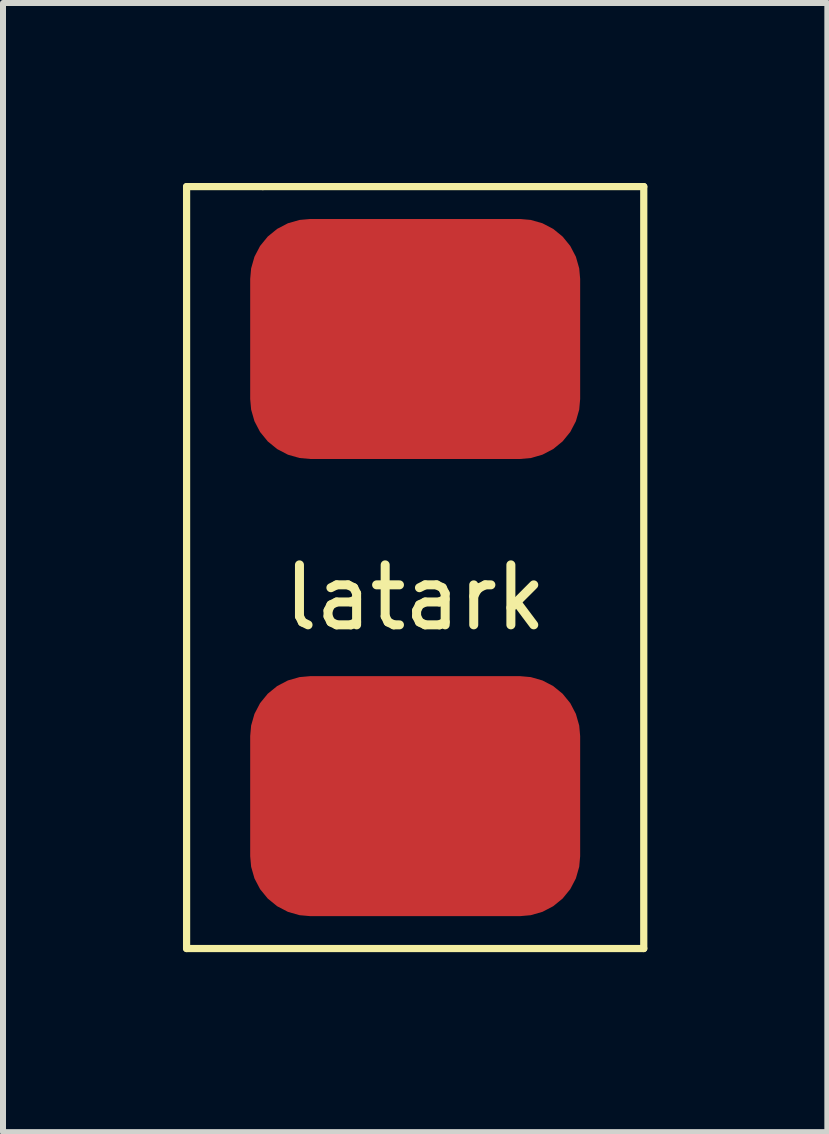
<source format=kicad_pcb>
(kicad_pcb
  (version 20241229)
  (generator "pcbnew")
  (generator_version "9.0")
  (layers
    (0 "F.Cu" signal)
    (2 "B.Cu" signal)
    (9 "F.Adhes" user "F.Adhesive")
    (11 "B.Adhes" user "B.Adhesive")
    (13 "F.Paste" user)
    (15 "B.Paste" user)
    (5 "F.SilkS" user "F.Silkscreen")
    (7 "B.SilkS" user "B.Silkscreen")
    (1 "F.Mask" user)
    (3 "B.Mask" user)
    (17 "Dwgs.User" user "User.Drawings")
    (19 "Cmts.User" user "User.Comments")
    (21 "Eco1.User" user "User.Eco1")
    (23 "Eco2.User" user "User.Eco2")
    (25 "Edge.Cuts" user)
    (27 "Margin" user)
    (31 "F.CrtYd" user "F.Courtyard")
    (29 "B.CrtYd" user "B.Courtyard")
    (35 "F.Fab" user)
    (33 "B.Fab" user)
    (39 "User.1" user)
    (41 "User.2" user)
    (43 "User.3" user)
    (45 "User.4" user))
  (footprint "latark"
    (layer "F.Cu")
    (at 3.87 6.41)
    (property "Reference" "latark" (at 0 0.5 0) (layer "F.SilkS") (effects (font (size 1 1) (thickness 0.15))))
    (attr through_hole)
    (fp_line (start -3.81 -6.35) (end -3.81 6.35) (stroke (width 0.12) (type solid)) (layer "F.SilkS"))
    (fp_line (start -3.81 6.35) (end 3.81 6.35) (stroke (width 0.12) (type solid)) (layer "F.SilkS"))
    (fp_line (start -2.54 -6.35) (end -3.81 -6.35) (stroke (width 0.12) (type solid)) (layer "F.SilkS"))
    (fp_line (start 3.81 -6.35) (end -2.54 -6.35) (stroke (width 0.12) (type solid)) (layer "F.SilkS"))
    (fp_line (start 3.81 6.35) (end 3.81 -6.35) (stroke (width 0.12) (type solid)) (layer "F.SilkS"))
    (pad "1" smd roundrect (at 0 3.81) (size 5.5 4) (layers "F.Cu" "F.Mask" "F.Paste") (roundrect_rratio 0.25))
    (pad "2" smd roundrect (at 0 -3.81) (size 5.5 4) (layers "F.Cu" "F.Mask" "F.Paste") (roundrect_rratio 0.25)))
  (gr_rect
    (start -3 -3)
    (end 10.74 15.82)
    (stroke (width 0.1) (type default))
    (fill no)
    (layer "Edge.Cuts")))
</source>
